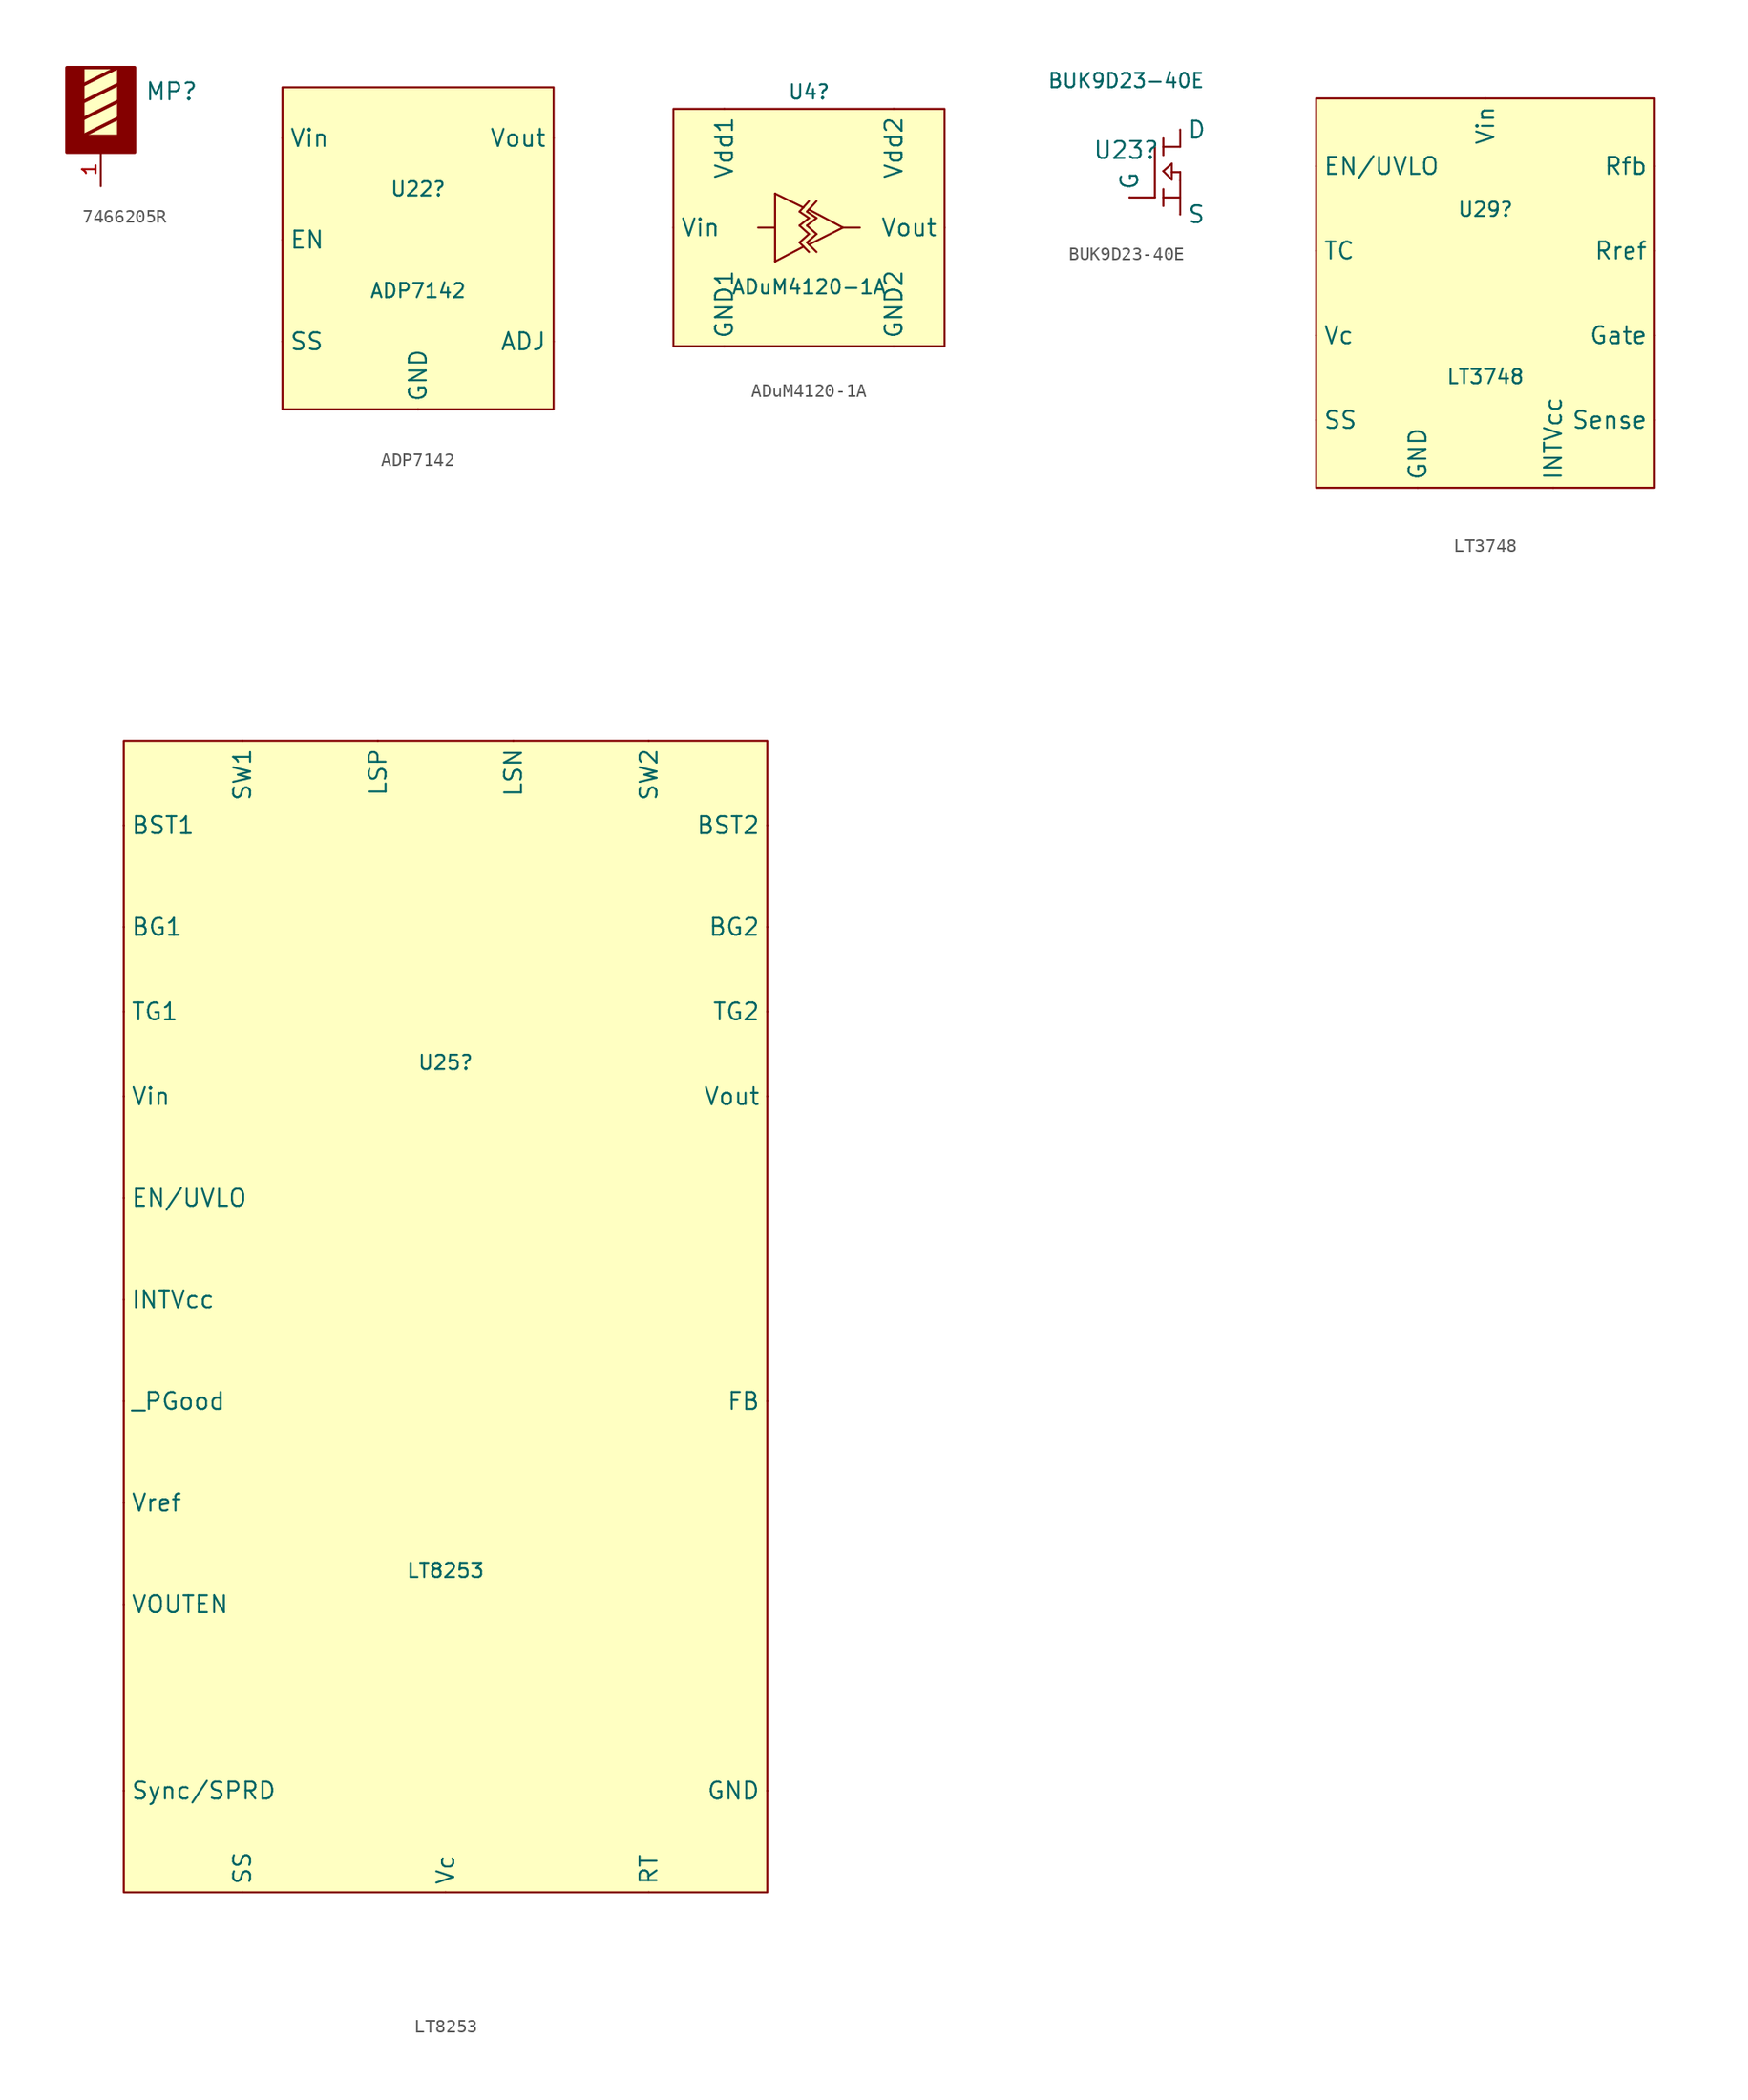
<source format=kicad_sym>
(kicad_symbol_lib
  (version 20231120)
  (generator "kicad_symbol_editor")
  (generator_version "8.0")
  (symbol "7466205R"
    (pin_names
      (offset 1.016))
    (property "Reference" "MP"
      (at 3.302 1.27 0)
      (effects (font (size 1.27 1.27)) (justify left bottom)))
    (symbol "7466205R_0_0"
      (rectangle (start -2.54 -2.54) (end 2.54 -1.27) (stroke (width 0.1) (type default)) (fill (type outline)))
      (rectangle (start -2.54 -2.54) (end 2.54 3.81) (stroke (width 0.254) (type default)) (fill (type background)))
      (rectangle (start -2.54 -1.27) (end -1.27 3.81) (stroke (width 0.1) (type default)) (fill (type outline)))
      (polyline (pts (xy -1.27 2.54) (xy 1.27 3.81)) (stroke (width 0.254) (type default)) (fill (type none)))
      (polyline (pts (xy 1.27 0) (xy -1.27 -1.27)) (stroke (width 0.254) (type default)) (fill (type none)))
      (polyline (pts (xy 1.27 1.27) (xy -1.27 0)) (stroke (width 0.254) (type default)) (fill (type none)))
      (polyline (pts (xy 1.27 2.54) (xy -1.27 1.27)) (stroke (width 0.254) (type default)) (fill (type none)))
      (rectangle (start 1.27 -1.27) (end 2.54 3.81) (stroke (width 0.1) (type default)) (fill (type outline)))
      (pin passive line (at 0 -5.08 90) (length 2.54) (name "~" (effects (font (size 1.016 1.016)))) (number "1" (effects (font (size 1.016 1.016)))))))
  (symbol "ADP7142"
    (pin_numbers hide)
    (property "Reference" "U22"
      (at 0 3.81 0)
      (effects (font (size 1.067 1.067))))
    (property "Value" "ADP7142"
      (at 0 -3.81 0)
      (effects (font (size 1.067 1.067))))
    (symbol "ADP7142_0_0"
      (pin passive line (at -10.16 7.62 0) (length 0.001) (name "Vin" (effects (font (size 1.27 1.27)))) (number "1" (effects (font (size 1.27 1.27)))))
      (pin passive line (at 10.16 -7.62 180) (length 0.001) (name "ADJ" (effects (font (size 1.27 1.27)))) (number "2" (effects (font (size 1.27 1.27)))))
      (pin passive line (at -10.16 0 0) (length 0.001) (name "EN" (effects (font (size 1.27 1.27)))) (number "3" (effects (font (size 1.27 1.27)))))
      (pin passive line (at -10.16 -7.62 0) (length 0.001) (name "SS" (effects (font (size 1.27 1.27)))) (number "4" (effects (font (size 1.27 1.27)))))
      (pin passive line (at 10.16 7.62 180) (length 0.001) (name "Vout" (effects (font (size 1.27 1.27)))) (number "5" (effects (font (size 1.27 1.27)))))
      (pin passive line (at 0 -12.7 90) (length 0.001) (name "GND" (effects (font (size 1.27 1.27)))) (number "6" (effects (font (size 1.27 1.27))))))
    (symbol "ADP7142_1_0"
      (rectangle (start -10.16 11.43) (end 10.16 -12.7) (stroke (width 0.152) (type solid)) (fill (type background)))))
  (symbol "ADuM4120-1A"
    (pin_numbers hide)
    (property "Reference" "U4"
      (at 0 10.16 0)
      (effects (font (size 1.067 1.067))))
    (property "Value" "ADuM4120-1A"
      (at 0 -4.445 0)
      (effects (font (size 1.067 1.067))))
    (symbol "ADuM4120-1A_0_0"
      (polyline (pts (xy -2.54 -2.54) (xy -0.406 -1.422)) (stroke (width 0.152) (type solid)) (fill (type none)))
      (polyline (pts (xy -2.54 0) (xy -3.81 0)) (stroke (width 0.152) (type solid)) (fill (type none)))
      (polyline (pts (xy -2.54 2.54) (xy -2.54 -2.54)) (stroke (width 0.152) (type solid)) (fill (type none)))
      (polyline (pts (xy -2.54 2.54) (xy -0.406 1.499)) (stroke (width 0.152) (type solid)) (fill (type none)))
      (polyline (pts (xy -0.711 -1.118) (xy 0 -1.829)) (stroke (width 0.152) (type solid)) (fill (type none)))
      (polyline (pts (xy -0.711 0.152) (xy 0 -0.483)) (stroke (width 0.152) (type solid)) (fill (type none)))
      (polyline (pts (xy -0.711 1.194) (xy 0 0.711)) (stroke (width 0.152) (type solid)) (fill (type none)))
      (polyline (pts (xy -0.152 -1.118) (xy 0.559 -1.829)) (stroke (width 0.152) (type solid)) (fill (type none)))
      (polyline (pts (xy -0.152 0.152) (xy 0.559 -0.483)) (stroke (width 0.152) (type solid)) (fill (type none)))
      (polyline (pts (xy -0.152 1.194) (xy 0.559 0.711)) (stroke (width 0.152) (type solid)) (fill (type none)))
      (polyline (pts (xy 0 -0.483) (xy -0.711 -1.118)) (stroke (width 0.152) (type solid)) (fill (type none)))
      (polyline (pts (xy 0 0.711) (xy -0.711 0.152)) (stroke (width 0.152) (type solid)) (fill (type none)))
      (polyline (pts (xy 0 1.346) (xy 2.54 0)) (stroke (width 0.152) (type solid)) (fill (type none)))
      (polyline (pts (xy 0 1.981) (xy -0.711 1.194)) (stroke (width 0.152) (type solid)) (fill (type none)))
      (polyline (pts (xy 0.559 -0.483) (xy -0.152 -1.118)) (stroke (width 0.152) (type solid)) (fill (type none)))
      (polyline (pts (xy 0.559 0.711) (xy -0.152 0.152)) (stroke (width 0.152) (type solid)) (fill (type none)))
      (polyline (pts (xy 0.559 1.981) (xy -0.152 1.194)) (stroke (width 0.152) (type solid)) (fill (type none)))
      (polyline (pts (xy 2.54 0) (xy 0 -1.27)) (stroke (width 0.152) (type solid)) (fill (type none)))
      (polyline (pts (xy 2.54 0) (xy 3.81 0)) (stroke (width 0.152) (type solid)) (fill (type none)))
      (pin passive line (at -6.35 8.89 270) (length 0.001) (name "Vdd1" (effects (font (size 1.27 1.27)))) (number "1" (effects (font (size 1.27 1.27)))))
      (pin passive line (at -10.16 0 0) (length 0.001) (name "Vin" (effects (font (size 1.27 1.27)))) (number "2" (effects (font (size 1.27 1.27)))))
      (pin passive line (at -6.35 -8.89 90) (length 0.001) (name "GND1" (effects (font (size 1.27 1.27)))) (number "3" (effects (font (size 1.27 1.27)))))
      (pin passive line (at 6.35 -8.89 90) (length 0.001) (name "GND2" (effects (font (size 1.27 1.27)))) (number "4" (effects (font (size 1.27 1.27)))))
      (pin passive line (at 10.16 0 180) (length 0.001) (name "Vout" (effects (font (size 1.27 1.27)))) (number "5" (effects (font (size 1.27 1.27)))))
      (pin passive line (at 6.35 8.89 270) (length 0.001) (name "Vdd2" (effects (font (size 1.27 1.27)))) (number "6" (effects (font (size 1.27 1.27))))))
    (symbol "ADuM4120-1A_1_0"
      (rectangle (start -10.16 8.89) (end 10.16 -8.89) (stroke (width 0.152) (type solid)) (fill (type background)))))
  (symbol "BUK9D23-40E"
    (pin_numbers hide)
    (property "Reference" "U23"
      (at -1.524 3.556 0)
      (effects (font (size 1.27 1.27))))
    (property "Value" "BUK9D23-40E"
      (at -1.524 9.398 0)
      (effects (font (size 1.067 1.067)) (justify top)))
    (symbol "BUK9D23-40E_0_0"
      (polyline (pts (xy 0.635 0) (xy -1.27 0)) (stroke (width 0.152) (type solid)) (fill (type none)))
      (polyline (pts (xy 0.635 0) (xy 0.635 3.81)) (stroke (width 0.152) (type solid)) (fill (type none)))
      (polyline (pts (xy 1.27 -0.635) (xy 1.27 0.635)) (stroke (width 0.152) (type solid)) (fill (type none)))
      (polyline (pts (xy 1.27 1.981) (xy 1.905 2.54)) (stroke (width 0.152) (type solid)) (fill (type none)))
      (polyline (pts (xy 1.27 3.175) (xy 1.27 4.445)) (stroke (width 0.152) (type solid)) (fill (type none)))
      (polyline (pts (xy 1.905 1.346) (xy 1.27 1.981)) (stroke (width 0.152) (type solid)) (fill (type none)))
      (polyline (pts (xy 1.905 2.54) (xy 1.905 1.346)) (stroke (width 0.152) (type solid)) (fill (type none)))
      (polyline (pts (xy 2.54 -1.27) (xy 2.54 1.27)) (stroke (width 0.152) (type solid)) (fill (type none)))
      (polyline (pts (xy 2.54 0) (xy 1.27 0)) (stroke (width 0.152) (type solid)) (fill (type none)))
      (polyline (pts (xy 2.54 1.27) (xy 2.54 1.905)) (stroke (width 0.152) (type solid)) (fill (type none)))
      (polyline (pts (xy 2.54 1.905) (xy 1.905 1.905)) (stroke (width 0.152) (type solid)) (fill (type none)))
      (polyline (pts (xy 2.54 3.81) (xy 1.27 3.81)) (stroke (width 0.152) (type solid)) (fill (type none)))
      (polyline (pts (xy 2.54 5.08) (xy 2.54 3.81)) (stroke (width 0.152) (type solid)) (fill (type none)))
      (pin passive line (at 2.54 5.08 0) (length 0.001) (name "D" (effects (font (size 1.27 1.27)))) (number "1" (effects (font (size 1.27 1.27)))))
      (pin passive line (at -1.27 0 90) (length 0.001) (name "G" (effects (font (size 1.27 1.27)))) (number "2" (effects (font (size 1.27 1.27)))))
      (pin passive line (at 2.54 -1.27 0) (length 0.001) (name "S" (effects (font (size 1.27 1.27)))) (number "3" (effects (font (size 1.27 1.27)))))))
  (symbol "LT3748"
    (pin_numbers hide)
    (property "Reference" "U29"
      (at 0 5.639 0)
      (effects (font (size 1.067 1.067))))
    (property "Value" "LT3748"
      (at 0 -6.909 0)
      (effects (font (size 1.067 1.067))))
    (symbol "LT3748_0_0"
      (pin passive line (at -5.08 -15.24 90) (length 0.001) (name "GND" (effects (font (size 1.27 1.27)))) (number "1" (effects (font (size 1.27 1.27)))))
      (pin passive line (at 12.7 2.54 180) (length 0.001) (name "Rref" (effects (font (size 1.27 1.27)))) (number "10" (effects (font (size 1.27 1.27)))))
      (pin passive line (at -12.7 2.54 0) (length 0.001) (name "TC" (effects (font (size 1.27 1.27)))) (number "11" (effects (font (size 1.27 1.27)))))
      (pin passive line (at 12.7 -3.81 180) (length 0.001) (name "Gate" (effects (font (size 1.27 1.27)))) (number "2" (effects (font (size 1.27 1.27)))))
      (pin passive line (at 0 13.97 270) (length 0.001) (name "Vin" (effects (font (size 1.27 1.27)))) (number "3" (effects (font (size 1.27 1.27)))))
      (pin passive line (at 5.08 -15.24 90) (length 0.001) (name "INTVcc" (effects (font (size 1.27 1.27)))) (number "4" (effects (font (size 1.27 1.27)))))
      (pin passive line (at -12.7 8.89 0) (length 0.001) (name "EN/UVLO" (effects (font (size 1.27 1.27)))) (number "5" (effects (font (size 1.27 1.27)))))
      (pin passive line (at -12.7 -10.16 0) (length 0.001) (name "SS" (effects (font (size 1.27 1.27)))) (number "6" (effects (font (size 1.27 1.27)))))
      (pin passive line (at 12.7 -10.16 180) (length 0.001) (name "Sense" (effects (font (size 1.27 1.27)))) (number "7" (effects (font (size 1.27 1.27)))))
      (pin passive line (at -12.7 -3.81 0) (length 0.001) (name "Vc" (effects (font (size 1.27 1.27)))) (number "8" (effects (font (size 1.27 1.27)))))
      (pin passive line (at 12.7 8.89 180) (length 0.001) (name "Rfb" (effects (font (size 1.27 1.27)))) (number "9" (effects (font (size 1.27 1.27))))))
    (symbol "LT3748_1_0"
      (rectangle (start -12.7 13.97) (end 12.7 -15.24) (stroke (width 0.152) (type solid)) (fill (type background)))))
  (symbol "LT8253"
    (pin_numbers hide)
    (property "Reference" "U25"
      (at 0 19.05 0)
      (effects (font (size 1.067 1.067))))
    (property "Value" "LT8253"
      (at 0 -19.05 0)
      (effects (font (size 1.067 1.067))))
    (symbol "LT8253_0_0"
      (pin passive line (at -24.13 29.21 0) (length 0.001) (name "BG1" (effects (font (size 1.27 1.27)))) (number "1" (effects (font (size 1.27 1.27)))))
      (pin passive line (at -24.13 -21.59 0) (length 0.001) (name "VOUTEN" (effects (font (size 1.27 1.27)))) (number "10" (effects (font (size 1.27 1.27)))))
      (pin passive line (at -24.13 -13.97 0) (length 0.001) (name "Vref" (effects (font (size 1.27 1.27)))) (number "11" (effects (font (size 1.27 1.27)))))
      (pin passive line (at -24.13 -6.35 0) (length 0.001) (name "_PGood" (effects (font (size 1.27 1.27)))) (number "12" (effects (font (size 1.27 1.27)))))
      (pin passive line (at -15.24 -43.18 90) (length 0.001) (name "SS" (effects (font (size 1.27 1.27)))) (number "13" (effects (font (size 1.27 1.27)))))
      (pin passive line (at 24.13 -6.35 180) (length 0.001) (name "FB" (effects (font (size 1.27 1.27)))) (number "14" (effects (font (size 1.27 1.27)))))
      (pin passive line (at 0 -43.18 90) (length 0.001) (name "Vc" (effects (font (size 1.27 1.27)))) (number "15" (effects (font (size 1.27 1.27)))))
      (pin passive line (at 15.24 -43.18 90) (length 0.001) (name "RT" (effects (font (size 1.27 1.27)))) (number "16" (effects (font (size 1.27 1.27)))))
      (pin passive line (at -24.13 -35.56 0) (length 0.001) (name "Sync/SPRD" (effects (font (size 1.27 1.27)))) (number "17" (effects (font (size 1.27 1.27)))))
      (pin passive line (at 24.13 16.51 180) (length 0.001) (name "Vout" (effects (font (size 1.27 1.27)))) (number "18" (effects (font (size 1.27 1.27)))))
      (pin passive line (at 24.13 22.86 180) (length 0.001) (name "TG2" (effects (font (size 1.27 1.27)))) (number "19" (effects (font (size 1.27 1.27)))))
      (pin passive line (at -24.13 36.83 0) (length 0.001) (name "BST1" (effects (font (size 1.27 1.27)))) (number "2" (effects (font (size 1.27 1.27)))))
      (pin passive line (at 15.24 43.18 270) (length 0.001) (name "SW2" (effects (font (size 1.27 1.27)))) (number "20" (effects (font (size 1.27 1.27)))))
      (pin passive line (at 24.13 36.83 180) (length 0.001) (name "BST2" (effects (font (size 1.27 1.27)))) (number "21" (effects (font (size 1.27 1.27)))))
      (pin passive line (at 24.13 29.21 180) (length 0.001) (name "BG2" (effects (font (size 1.27 1.27)))) (number "22" (effects (font (size 1.27 1.27)))))
      (pin passive line (at 24.13 -35.56 180) (length 0.001) (name "GND" (effects (font (size 1.27 1.27)))) (number "23" (effects (font (size 1.27 1.27)))))
      (pin passive line (at -15.24 43.18 270) (length 0.001) (name "SW1" (effects (font (size 1.27 1.27)))) (number "3" (effects (font (size 1.27 1.27)))))
      (pin passive line (at -24.13 22.86 0) (length 0.001) (name "TG1" (effects (font (size 1.27 1.27)))) (number "4" (effects (font (size 1.27 1.27)))))
      (pin passive line (at -5.08 43.18 270) (length 0.001) (name "LSP" (effects (font (size 1.27 1.27)))) (number "5" (effects (font (size 1.27 1.27)))))
      (pin passive line (at 5.08 43.18 270) (length 0.001) (name "LSN" (effects (font (size 1.27 1.27)))) (number "6" (effects (font (size 1.27 1.27)))))
      (pin passive line (at -24.13 16.51 0) (length 0.001) (name "Vin" (effects (font (size 1.27 1.27)))) (number "7" (effects (font (size 1.27 1.27)))))
      (pin passive line (at -24.13 1.27 0) (length 0.001) (name "INTVcc" (effects (font (size 1.27 1.27)))) (number "8" (effects (font (size 1.27 1.27)))))
      (pin passive line (at -24.13 8.89 0) (length 0.001) (name "EN/UVLO" (effects (font (size 1.27 1.27)))) (number "9" (effects (font (size 1.27 1.27))))))
    (symbol "LT8253_1_0"
      (rectangle (start -24.13 43.18) (end 24.13 -43.18) (stroke (width 0.152) (type solid)) (fill (type background))))))
</source>
